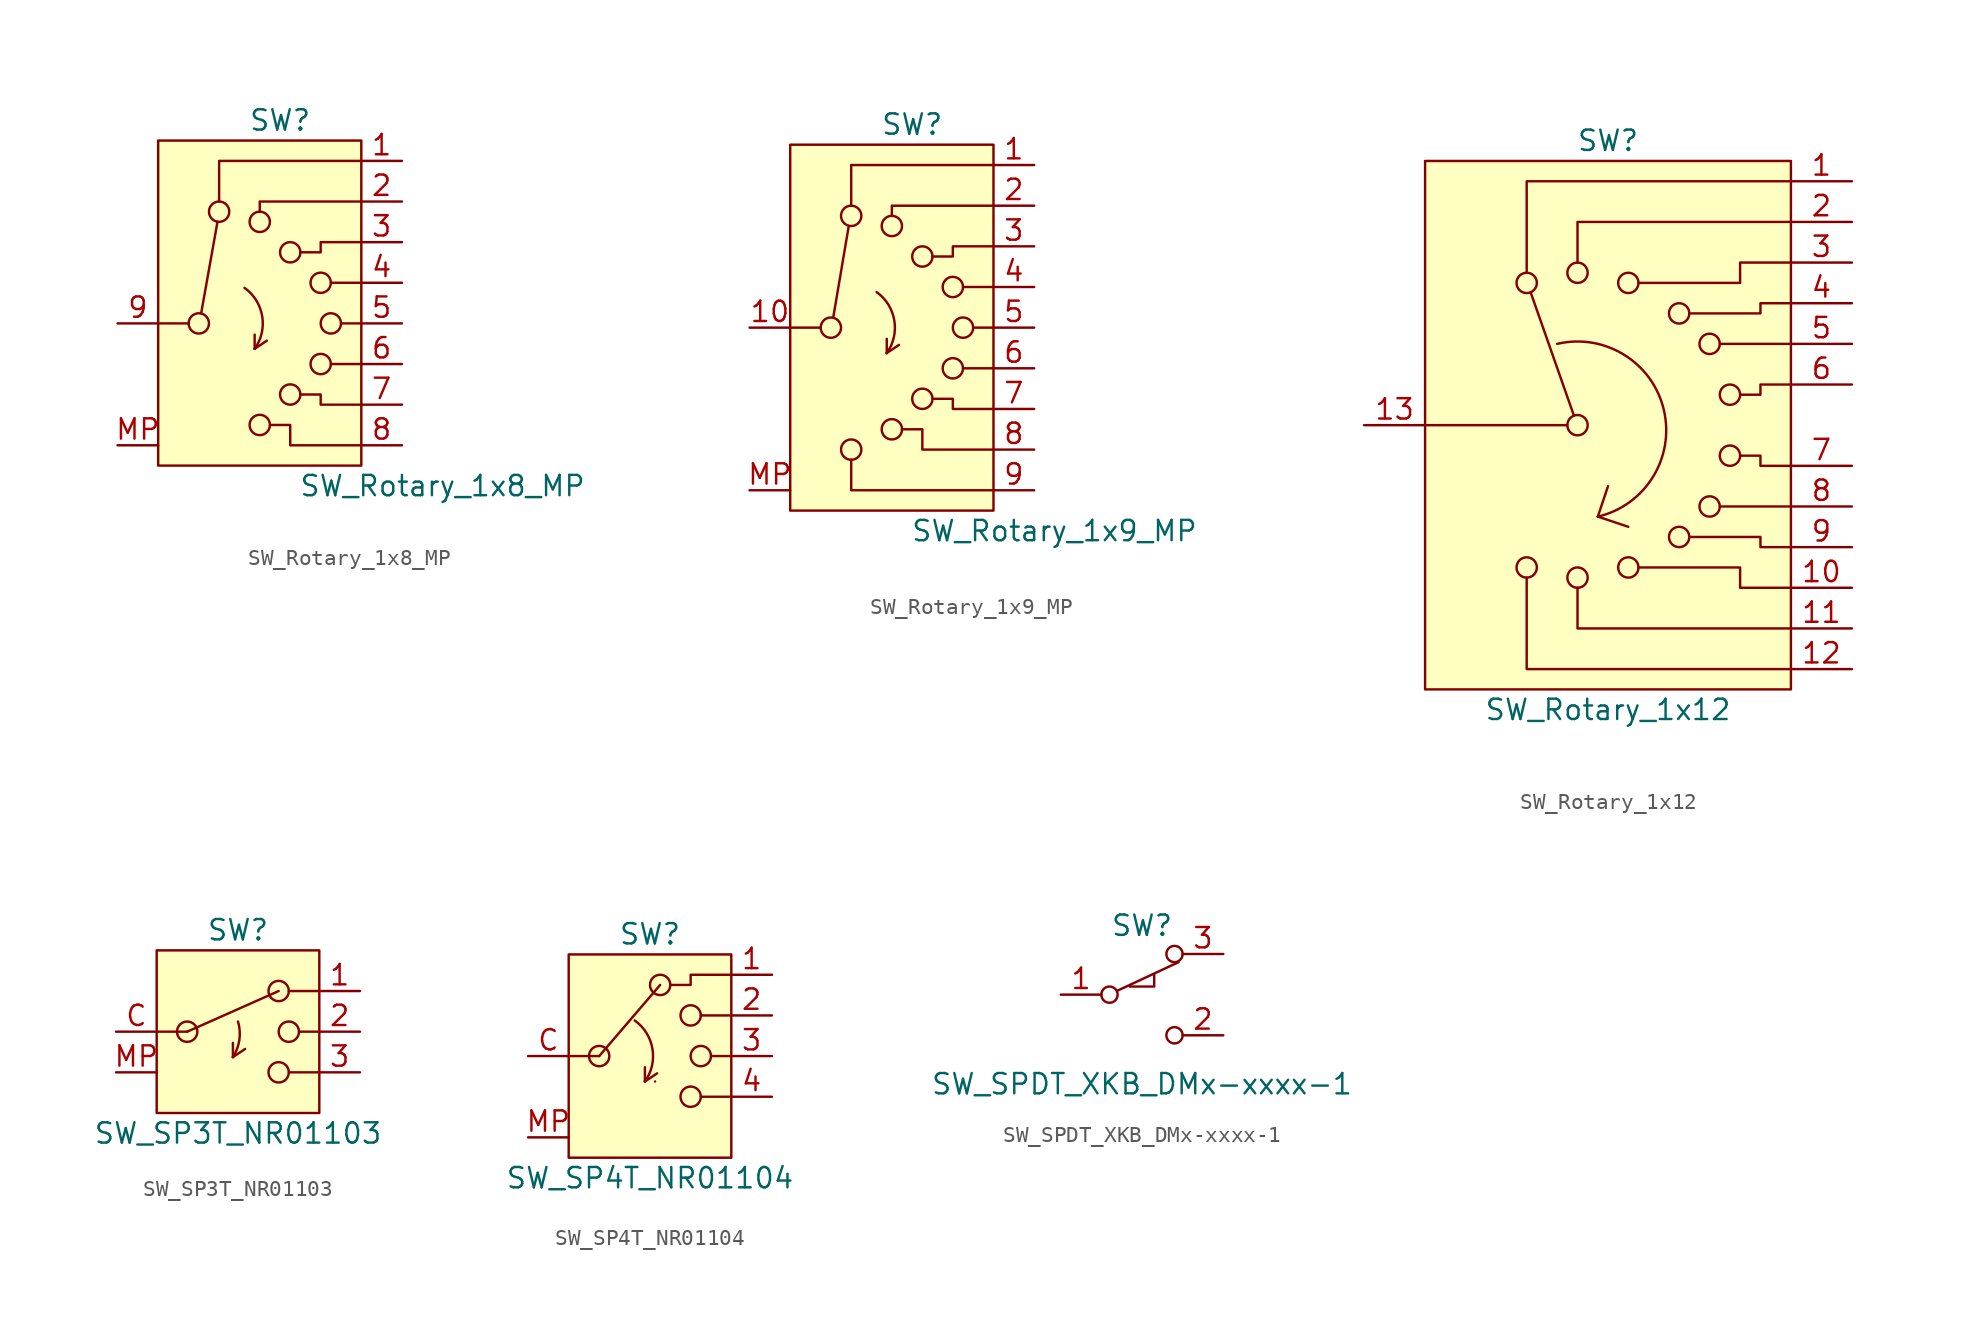
<source format=kicad_sym>
(kicad_symbol_lib
  (version 20241209)
  (generator "kicad_symbol_editor")
  (generator_version "9.0")
  (symbol "SW_Rotary_1x8_MP"
    (pin_names
      (hide yes))
    (property "Reference" "SW"
      (at 0 12.7 0)
      (effects (font (size 1.27 1.27))))
    (property "Value" "SW_Rotary_1x8_MP"
      (at 10.16 -10.16 0)
      (effects (font (size 1.27 1.27))))
    (symbol "SW_Rotary_1x8_MP_0_1"
      (polyline (pts (xy -7.62 0) (xy -5.715 0)) (stroke (width 0) (type default)) (fill (type none)))
      (circle (center -5.08 0) (radius 0.635) (stroke (width 0) (type default)) (fill (type none)))
      (polyline (pts (xy -4.928 0.66) (xy -3.912 6.35)) (stroke (width 0) (type default)) (fill (type none)))
      (circle (center -3.81 6.985) (radius 0.635) (stroke (width 0) (type default)) (fill (type none)))
      (arc (start -2.2226 2.2225) (mid -1.116 0.449) (end -1.5876 -1.5875) (stroke (width 0) (type default)) (fill (type none)))
      (polyline (pts (xy -1.588 -1.587) (xy -1.588 -0.699)) (stroke (width 0) (type default)) (fill (type none)))
      (polyline (pts (xy -1.588 -1.587) (xy -1.588 -1.587)) (stroke (width 0) (type default)) (fill (type none)))
      (polyline (pts (xy -1.588 -1.587) (xy -0.826 -1.079)) (stroke (width 0) (type default)) (fill (type none)))
      (circle (center -1.27 6.35) (radius 0.635) (stroke (width 0) (type default)) (fill (type none)))
      (circle (center -1.27 -6.35) (radius 0.635) (stroke (width 0) (type default)) (fill (type none)))
      (circle (center 0.635 4.445) (radius 0.635) (stroke (width 0) (type default)) (fill (type none)))
      (circle (center 0.635 -4.445) (radius 0.635) (stroke (width 0) (type default)) (fill (type none)))
      (circle (center 2.54 2.54) (radius 0.635) (stroke (width 0) (type default)) (fill (type none)))
      (circle (center 2.54 -2.54) (radius 0.635) (stroke (width 0) (type default)) (fill (type none)))
      (circle (center 3.175 0) (radius 0.635) (stroke (width 0) (type default)) (fill (type none)))
      (polyline (pts (xy 5.08 7.62) (xy -1.27 7.62) (xy -1.27 7.62) (xy -1.27 6.985)) (stroke (width 0) (type default)) (fill (type none)))
      (polyline (pts (xy 5.08 5.08) (xy 2.54 5.08) (xy 2.54 4.445) (xy 1.27 4.445)) (stroke (width 0) (type default)) (fill (type none)))
      (polyline (pts (xy 5.08 2.54) (xy 3.175 2.54)) (stroke (width 0) (type default)) (fill (type none)))
      (polyline (pts (xy 5.08 0) (xy 3.81 0)) (stroke (width 0) (type default)) (fill (type none)))
      (polyline (pts (xy 5.08 -2.54) (xy 3.175 -2.54)) (stroke (width 0) (type default)) (fill (type none)))
      (polyline (pts (xy 5.08 -5.08) (xy 2.54 -5.08) (xy 2.54 -4.445) (xy 1.27 -4.445)) (stroke (width 0) (type default)) (fill (type none)))
      (polyline (pts (xy 5.08 -7.62) (xy 0.635 -7.62) (xy 0.635 -6.35) (xy -0.635 -6.35)) (stroke (width 0) (type default)) (fill (type none))))
    (symbol "SW_Rotary_1x8_MP_1_1"
      (polyline (pts (xy -7.62 11.43) (xy 5.08 11.43) (xy 5.08 -8.89) (xy -7.62 -8.89) (xy -7.62 11.43) (xy -7.62 11.43)) (stroke (width 0) (type default)) (fill (type background)))
      (polyline (pts (xy 5.08 10.16) (xy -3.81 10.16) (xy -3.81 7.62)) (stroke (width 0) (type default)) (fill (type none)))
      (pin passive line (at -10.16 0 0) (length 2.54) (name "" (effects (font (size 1.27 1.27)))) (number "9" (effects (font (size 1.27 1.27)))))
      (pin passive line (at -10.16 -7.62 0) (length 2.54) (name "" (effects (font (size 1.27 1.27)))) (number "MP" (effects (font (size 1.27 1.27)))))
      (pin passive line (at 7.62 10.16 180) (length 2.54) (name "" (effects (font (size 1.27 1.27)))) (number "1" (effects (font (size 1.27 1.27)))))
      (pin passive line (at 7.62 7.62 180) (length 2.54) (name "" (effects (font (size 1.27 1.27)))) (number "2" (effects (font (size 1.27 1.27)))))
      (pin passive line (at 7.62 5.08 180) (length 2.54) (name "" (effects (font (size 1.27 1.27)))) (number "3" (effects (font (size 1.27 1.27)))))
      (pin passive line (at 7.62 2.54 180) (length 2.54) (name "" (effects (font (size 1.27 1.27)))) (number "4" (effects (font (size 1.27 1.27)))))
      (pin passive line (at 7.62 0 180) (length 2.54) (name "" (effects (font (size 1.27 1.27)))) (number "5" (effects (font (size 1.27 1.27)))))
      (pin passive line (at 7.62 -2.54 180) (length 2.54) (name "" (effects (font (size 1.27 1.27)))) (number "6" (effects (font (size 1.27 1.27)))))
      (pin passive line (at 7.62 -5.08 180) (length 2.54) (name "" (effects (font (size 1.27 1.27)))) (number "7" (effects (font (size 1.27 1.27)))))
      (pin passive line (at 7.62 -7.62 180) (length 2.54) (name "" (effects (font (size 1.27 1.27)))) (number "8" (effects (font (size 1.27 1.27)))))))
  (symbol "SW_Rotary_1x9_MP"
    (pin_names
      (hide yes))
    (property "Reference" "SW"
      (at 0 12.7 0)
      (effects (font (size 1.27 1.27))))
    (property "Value" "SW_Rotary_1x9_MP"
      (at 8.89 -12.7 0)
      (effects (font (size 1.27 1.27))))
    (symbol "SW_Rotary_1x9_MP_0_1"
      (polyline (pts (xy -7.62 0) (xy -5.715 0)) (stroke (width 0) (type default)) (fill (type none)))
      (circle (center -5.08 0) (radius 0.635) (stroke (width 0) (type default)) (fill (type none)))
      (polyline (pts (xy -4.928 0.66) (xy -3.962 6.35)) (stroke (width 0) (type default)) (fill (type none)))
      (circle (center -3.81 6.985) (radius 0.635) (stroke (width 0) (type default)) (fill (type none)))
      (arc (start -2.2226 2.2225) (mid -1.116 0.449) (end -1.5876 -1.5875) (stroke (width 0) (type default)) (fill (type none)))
      (circle (center -3.81 -7.62) (radius 0.635) (stroke (width 0) (type default)) (fill (type none)))
      (polyline (pts (xy -1.588 -1.587) (xy -1.588 -0.699)) (stroke (width 0) (type default)) (fill (type none)))
      (polyline (pts (xy -1.588 -1.587) (xy -1.588 -1.587)) (stroke (width 0) (type default)) (fill (type none)))
      (polyline (pts (xy -1.588 -1.587) (xy -0.826 -1.079)) (stroke (width 0) (type default)) (fill (type none)))
      (circle (center -1.27 6.35) (radius 0.635) (stroke (width 0) (type default)) (fill (type none)))
      (circle (center -1.27 -6.35) (radius 0.635) (stroke (width 0) (type default)) (fill (type none)))
      (circle (center 0.635 4.445) (radius 0.635) (stroke (width 0) (type default)) (fill (type none)))
      (circle (center 0.635 -4.445) (radius 0.635) (stroke (width 0) (type default)) (fill (type none)))
      (circle (center 2.54 2.54) (radius 0.635) (stroke (width 0) (type default)) (fill (type none)))
      (circle (center 2.54 -2.54) (radius 0.635) (stroke (width 0) (type default)) (fill (type none)))
      (circle (center 3.175 0) (radius 0.635) (stroke (width 0) (type default)) (fill (type none)))
      (polyline (pts (xy 5.08 7.62) (xy -1.27 7.62) (xy -1.27 7.62) (xy -1.27 6.985)) (stroke (width 0) (type default)) (fill (type none)))
      (polyline (pts (xy 5.08 5.08) (xy 2.54 5.08) (xy 2.54 4.445) (xy 1.27 4.445)) (stroke (width 0) (type default)) (fill (type none)))
      (polyline (pts (xy 5.08 2.54) (xy 3.175 2.54)) (stroke (width 0) (type default)) (fill (type none)))
      (polyline (pts (xy 5.08 0) (xy 3.81 0)) (stroke (width 0) (type default)) (fill (type none)))
      (polyline (pts (xy 5.08 -2.54) (xy 3.175 -2.54)) (stroke (width 0) (type default)) (fill (type none)))
      (polyline (pts (xy 5.08 -5.08) (xy 2.54 -5.08) (xy 2.54 -4.445) (xy 1.27 -4.445)) (stroke (width 0) (type default)) (fill (type none)))
      (polyline (pts (xy 5.08 -7.62) (xy 0.635 -7.62) (xy 0.635 -6.35) (xy -0.635 -6.35)) (stroke (width 0) (type default)) (fill (type none))))
    (symbol "SW_Rotary_1x9_MP_1_1"
      (polyline (pts (xy -7.62 11.43) (xy 5.08 11.43) (xy 5.08 -11.43) (xy -7.62 -11.43) (xy -7.62 11.43) (xy -7.62 11.43)) (stroke (width 0) (type default)) (fill (type background)))
      (polyline (pts (xy 5.08 10.16) (xy -3.81 10.16) (xy -3.81 7.62)) (stroke (width 0) (type default)) (fill (type none)))
      (polyline (pts (xy 5.08 -10.16) (xy -3.81 -10.16) (xy -3.81 -8.255)) (stroke (width 0) (type default)) (fill (type none)))
      (pin passive line (at -10.16 0 0) (length 2.54) (name "" (effects (font (size 1.27 1.27)))) (number "10" (effects (font (size 1.27 1.27)))))
      (pin passive line (at -10.16 -10.16 0) (length 2.54) (name "" (effects (font (size 1.27 1.27)))) (number "MP" (effects (font (size 1.27 1.27)))))
      (pin passive line (at 7.62 10.16 180) (length 2.54) (name "" (effects (font (size 1.27 1.27)))) (number "1" (effects (font (size 1.27 1.27)))))
      (pin passive line (at 7.62 7.62 180) (length 2.54) (name "" (effects (font (size 1.27 1.27)))) (number "2" (effects (font (size 1.27 1.27)))))
      (pin passive line (at 7.62 5.08 180) (length 2.54) (name "" (effects (font (size 1.27 1.27)))) (number "3" (effects (font (size 1.27 1.27)))))
      (pin passive line (at 7.62 2.54 180) (length 2.54) (name "" (effects (font (size 1.27 1.27)))) (number "4" (effects (font (size 1.27 1.27)))))
      (pin passive line (at 7.62 0 180) (length 2.54) (name "" (effects (font (size 1.27 1.27)))) (number "5" (effects (font (size 1.27 1.27)))))
      (pin passive line (at 7.62 -2.54 180) (length 2.54) (name "" (effects (font (size 1.27 1.27)))) (number "6" (effects (font (size 1.27 1.27)))))
      (pin passive line (at 7.62 -5.08 180) (length 2.54) (name "" (effects (font (size 1.27 1.27)))) (number "7" (effects (font (size 1.27 1.27)))))
      (pin passive line (at 7.62 -7.62 180) (length 2.54) (name "" (effects (font (size 1.27 1.27)))) (number "8" (effects (font (size 1.27 1.27)))))
      (pin passive line (at 7.62 -10.16 180) (length 2.54) (name "" (effects (font (size 1.27 1.27)))) (number "9" (effects (font (size 1.27 1.27)))))))
  (symbol "SW_Rotary_1x12"
    (pin_names
      (offset 1.016)
      (hide yes))
    (property "Reference" "SW"
      (at 0 17.78 0)
      (effects (font (size 1.27 1.27))))
    (property "Value" "SW_Rotary_1x12"
      (at 0 -17.78 0)
      (effects (font (size 1.27 1.27))))
    (symbol "SW_Rotary_1x12_0_0"
      (polyline (pts (xy -5.08 9.525) (xy -5.08 15.24) (xy 11.43 15.24)) (stroke (width 0) (type default)) (fill (type none)))
      (circle (center -5.08 8.89) (radius 0.635) (stroke (width 0) (type default)) (fill (type none)))
      (circle (center -5.08 -8.89) (radius 0.635) (stroke (width 0) (type default)) (fill (type none)))
      (polyline (pts (xy -5.08 -9.525) (xy -5.08 -15.24) (xy 11.43 -15.24)) (stroke (width 0) (type default)) (fill (type none)))
      (polyline (pts (xy -2.134 0.61) (xy -4.826 8.28)) (stroke (width 0) (type default)) (fill (type none)))
      (arc (start -3.175 5.08) (mid 3.4777 0.949) (end -0.635 -5.715) (stroke (width 0) (type default)) (fill (type none)))
      (polyline (pts (xy -1.905 10.16) (xy -1.905 12.7) (xy 11.43 12.7)) (stroke (width 0) (type default)) (fill (type none)))
      (circle (center -1.905 9.525) (radius 0.635) (stroke (width 0) (type default)) (fill (type none)))
      (circle (center -1.905 0) (radius 0.635) (stroke (width 0) (type default)) (fill (type none)))
      (circle (center -1.905 -9.525) (radius 0.635) (stroke (width 0) (type default)) (fill (type none)))
      (polyline (pts (xy -1.905 -10.16) (xy -1.905 -12.7) (xy 11.43 -12.7)) (stroke (width 0) (type default)) (fill (type none)))
      (polyline (pts (xy -0.635 -5.715) (xy 0 -3.81)) (stroke (width 0) (type default)) (fill (type none)))
      (polyline (pts (xy -0.635 -5.715) (xy 1.27 -6.35)) (stroke (width 0) (type default)) (fill (type none)))
      (circle (center 1.27 8.89) (radius 0.635) (stroke (width 0) (type default)) (fill (type none)))
      (circle (center 1.27 -8.89) (radius 0.635) (stroke (width 0) (type default)) (fill (type none)))
      (polyline (pts (xy 1.905 8.89) (xy 8.255 8.89) (xy 8.255 10.16) (xy 11.43 10.16)) (stroke (width 0) (type default)) (fill (type none)))
      (polyline (pts (xy 1.905 -8.89) (xy 8.255 -8.89) (xy 8.255 -10.16) (xy 11.43 -10.16)) (stroke (width 0) (type default)) (fill (type none)))
      (circle (center 4.445 6.985) (radius 0.635) (stroke (width 0) (type default)) (fill (type none)))
      (circle (center 4.445 -6.985) (radius 0.635) (stroke (width 0) (type default)) (fill (type none)))
      (polyline (pts (xy 5.08 6.985) (xy 9.525 6.985) (xy 9.525 7.62) (xy 11.43 7.62)) (stroke (width 0) (type default)) (fill (type none)))
      (polyline (pts (xy 5.08 -6.985) (xy 9.525 -6.985) (xy 9.525 -7.62) (xy 11.43 -7.62)) (stroke (width 0) (type default)) (fill (type none)))
      (circle (center 6.35 5.08) (radius 0.635) (stroke (width 0) (type default)) (fill (type none)))
      (circle (center 6.35 -5.08) (radius 0.635) (stroke (width 0) (type default)) (fill (type none)))
      (polyline (pts (xy 6.985 5.08) (xy 11.43 5.08)) (stroke (width 0) (type default)) (fill (type none)))
      (polyline (pts (xy 6.985 -5.08) (xy 11.43 -5.08)) (stroke (width 0) (type default)) (fill (type none)))
      (circle (center 7.62 1.905) (radius 0.635) (stroke (width 0) (type default)) (fill (type none)))
      (circle (center 7.62 -1.905) (radius 0.635) (stroke (width 0) (type default)) (fill (type none)))
      (polyline (pts (xy 8.255 1.905) (xy 9.525 1.905) (xy 9.525 2.54) (xy 11.43 2.54)) (stroke (width 0) (type default)) (fill (type none)))
      (polyline (pts (xy 8.255 -1.905) (xy 9.525 -1.905) (xy 9.525 -2.54) (xy 11.43 -2.54)) (stroke (width 0) (type default)) (fill (type none))))
    (symbol "SW_Rotary_1x12_1_1"
      (rectangle (start -11.43 16.51) (end 11.43 -16.51) (stroke (width 0) (type default)) (fill (type background)))
      (polyline (pts (xy -11.43 0) (xy -2.54 0)) (stroke (width 0) (type default)) (fill (type none)))
      (pin passive line (at -15.24 0 0) (length 3.81) (name "13" (effects (font (size 1.27 1.27)))) (number "13" (effects (font (size 1.27 1.27)))))
      (pin passive line (at 15.24 15.24 180) (length 3.81) (name "1" (effects (font (size 1.27 1.27)))) (number "1" (effects (font (size 1.27 1.27)))))
      (pin passive line (at 15.24 12.7 180) (length 3.81) (name "2" (effects (font (size 1.27 1.27)))) (number "2" (effects (font (size 1.27 1.27)))))
      (pin passive line (at 15.24 10.16 180) (length 3.81) (name "3" (effects (font (size 1.27 1.27)))) (number "3" (effects (font (size 1.27 1.27)))))
      (pin passive line (at 15.24 7.62 180) (length 3.81) (name "4" (effects (font (size 1.27 1.27)))) (number "4" (effects (font (size 1.27 1.27)))))
      (pin passive line (at 15.24 5.08 180) (length 3.81) (name "5" (effects (font (size 1.27 1.27)))) (number "5" (effects (font (size 1.27 1.27)))))
      (pin passive line (at 15.24 2.54 180) (length 3.81) (name "6" (effects (font (size 1.27 1.27)))) (number "6" (effects (font (size 1.27 1.27)))))
      (pin passive line (at 15.24 -2.54 180) (length 3.81) (name "7" (effects (font (size 1.27 1.27)))) (number "7" (effects (font (size 1.27 1.27)))))
      (pin passive line (at 15.24 -5.08 180) (length 3.81) (name "8" (effects (font (size 1.27 1.27)))) (number "8" (effects (font (size 1.27 1.27)))))
      (pin passive line (at 15.24 -7.62 180) (length 3.81) (name "9" (effects (font (size 1.27 1.27)))) (number "9" (effects (font (size 1.27 1.27)))))
      (pin passive line (at 15.24 -10.16 180) (length 3.81) (name "10" (effects (font (size 1.27 1.27)))) (number "10" (effects (font (size 1.27 1.27)))))
      (pin passive line (at 15.24 -12.7 180) (length 3.81) (name "11" (effects (font (size 1.27 1.27)))) (number "11" (effects (font (size 1.27 1.27)))))
      (pin passive line (at 15.24 -15.24 180) (length 3.81) (name "12" (effects (font (size 1.27 1.27)))) (number "12" (effects (font (size 1.27 1.27)))))))
  (symbol "SW_SP3T_NR01103"
    (pin_names
      (hide yes))
    (property "Reference" "SW"
      (at 0 6.35 0)
      (effects (font (size 1.27 1.27))))
    (property "Value" "SW_SP3T_NR01103"
      (at 0 -6.35 0)
      (effects (font (size 1.27 1.27))))
    (symbol "SW_SP3T_NR01103_0_1"
      (polyline (pts (xy -5.08 0) (xy -3.175 0)) (stroke (width 0) (type default)) (fill (type none)))
      (circle (center -3.175 0) (radius 0.635) (stroke (width 0) (type default)) (fill (type none)))
      (polyline (pts (xy -3.175 0) (xy 2.54 2.54)) (stroke (width 0) (type default)) (fill (type none)))
      (arc (start 0 0.635) (mid 0.0861 -0.5113) (end -0.3176 -1.5875) (stroke (width 0) (type default)) (fill (type none)))
      (polyline (pts (xy -0.318 -1.587) (xy -0.318 -0.699)) (stroke (width 0) (type default)) (fill (type none)))
      (polyline (pts (xy -0.318 -1.587) (xy -0.318 -1.587)) (stroke (width 0) (type default)) (fill (type none)))
      (polyline (pts (xy -0.318 -1.587) (xy 0.444 -1.079)) (stroke (width 0) (type default)) (fill (type none)))
      (circle (center 2.54 2.54) (radius 0.635) (stroke (width 0) (type default)) (fill (type none)))
      (circle (center 2.54 -2.54) (radius 0.635) (stroke (width 0) (type default)) (fill (type none)))
      (circle (center 3.175 0) (radius 0.635) (stroke (width 0) (type default)) (fill (type none)))
      (polyline (pts (xy 5.08 2.54) (xy 3.175 2.54)) (stroke (width 0) (type default)) (fill (type none)))
      (polyline (pts (xy 5.08 0) (xy 3.81 0)) (stroke (width 0) (type default)) (fill (type none)))
      (polyline (pts (xy 5.08 -2.54) (xy 3.175 -2.54)) (stroke (width 0) (type default)) (fill (type none))))
    (symbol "SW_SP3T_NR01103_1_1"
      (rectangle (start -5.08 5.08) (end 5.08 -5.08) (stroke (width 0) (type default)) (fill (type background)))
      (pin passive line (at -7.62 0 0) (length 2.54) (name "Common" (effects (font (size 1.27 1.27)))) (number "C" (effects (font (size 1.27 1.27)))))
      (pin passive line (at -7.62 -2.54 0) (length 2.54) (name "MP" (effects (font (size 1.27 1.27)))) (number "MP" (effects (font (size 1.27 1.27)))))
      (pin no_connect line (at -2.54 5.08 270) (length 0) (hide yes) (name "" (effects (font (size 1.27 1.27)))) (number "4" (effects (font (size 1.27 1.27)))))
      (pin no_connect line (at 2.54 5.08 270) (length 0) (hide yes) (name "" (effects (font (size 1.27 1.27)))) (number "5" (effects (font (size 1.27 1.27)))))
      (pin passive line (at 7.62 2.54 180) (length 2.54) (name "1" (effects (font (size 1.27 1.27)))) (number "1" (effects (font (size 1.27 1.27)))))
      (pin passive line (at 7.62 0 180) (length 2.54) (name "2" (effects (font (size 1.27 1.27)))) (number "2" (effects (font (size 1.27 1.27)))))
      (pin passive line (at 7.62 -2.54 180) (length 2.54) (name "3" (effects (font (size 1.27 1.27)))) (number "3" (effects (font (size 1.27 1.27)))))))
  (symbol "SW_SP4T_NR01104"
    (pin_names
      (hide yes))
    (property "Reference" "SW"
      (at 0 7.62 0)
      (effects (font (size 1.27 1.27))))
    (property "Value" "SW_SP4T_NR01104"
      (at 0 -7.62 0)
      (effects (font (size 1.27 1.27))))
    (symbol "SW_SP4T_NR01104_0_1"
      (polyline (pts (xy -5.08 0) (xy -3.175 0)) (stroke (width 0) (type default)) (fill (type none)))
      (circle (center -3.175 0) (radius 0.635) (stroke (width 0) (type default)) (fill (type none)))
      (polyline (pts (xy -3.175 0) (xy 0.635 4.445)) (stroke (width 0) (type default)) (fill (type none)))
      (arc (start -0.9526 2.2225) (mid 0.154 0.449) (end -0.3176 -1.5875) (stroke (width 0) (type default)) (fill (type none)))
      (polyline (pts (xy -0.318 -1.587) (xy -0.318 -0.699)) (stroke (width 0) (type default)) (fill (type none)))
      (polyline (pts (xy -0.318 -1.587) (xy -0.318 -1.587)) (stroke (width 0) (type default)) (fill (type none)))
      (polyline (pts (xy -0.318 -1.587) (xy 0.444 -1.079)) (stroke (width 0) (type default)) (fill (type none)))
      (polyline (pts (xy 0.317 -1.587) (xy 0.317 -1.587)) (stroke (width 0) (type default)) (fill (type none)))
      (circle (center 0.635 4.445) (radius 0.635) (stroke (width 0) (type default)) (fill (type none)))
      (circle (center 2.54 2.54) (radius 0.635) (stroke (width 0) (type default)) (fill (type none)))
      (circle (center 2.54 -2.54) (radius 0.635) (stroke (width 0) (type default)) (fill (type none)))
      (circle (center 3.175 0) (radius 0.635) (stroke (width 0) (type default)) (fill (type none)))
      (polyline (pts (xy 5.08 5.08) (xy 2.54 5.08) (xy 2.54 4.445) (xy 1.27 4.445)) (stroke (width 0) (type default)) (fill (type none)))
      (polyline (pts (xy 5.08 2.54) (xy 3.175 2.54)) (stroke (width 0) (type default)) (fill (type none)))
      (polyline (pts (xy 5.08 0) (xy 3.81 0)) (stroke (width 0) (type default)) (fill (type none)))
      (polyline (pts (xy 5.08 -2.54) (xy 3.175 -2.54)) (stroke (width 0) (type default)) (fill (type none))))
    (symbol "SW_SP4T_NR01104_1_1"
      (polyline (pts (xy -5.08 6.35) (xy 5.08 6.35) (xy 5.08 -6.35) (xy -5.08 -6.35) (xy -5.08 6.35) (xy -5.08 6.35)) (stroke (width 0) (type default)) (fill (type background)))
      (pin passive line (at -7.62 0 0) (length 2.54) (name "Common" (effects (font (size 1.27 1.27)))) (number "C" (effects (font (size 1.27 1.27)))))
      (pin passive line (at -7.62 -5.08 0) (length 2.54) (name "MP" (effects (font (size 1.27 1.27)))) (number "MP" (effects (font (size 1.27 1.27)))))
      (pin no_connect line (at 5.08 -5.08 180) (length 0) (hide yes) (name "" (effects (font (size 1.27 1.27)))) (number "5" (effects (font (size 1.27 1.27)))))
      (pin passive line (at 7.62 5.08 180) (length 2.54) (name "1" (effects (font (size 1.27 1.27)))) (number "1" (effects (font (size 1.27 1.27)))))
      (pin passive line (at 7.62 2.54 180) (length 2.54) (name "2" (effects (font (size 1.27 1.27)))) (number "2" (effects (font (size 1.27 1.27)))))
      (pin passive line (at 7.62 0 180) (length 2.54) (name "3" (effects (font (size 1.27 1.27)))) (number "3" (effects (font (size 1.27 1.27)))))
      (pin passive line (at 7.62 -2.54 180) (length 2.54) (name "4" (effects (font (size 1.27 1.27)))) (number "4" (effects (font (size 1.27 1.27)))))))
  (symbol "SW_SPDT_XKB_DMx-xxxx-1"
    (pin_names
      (offset 0)
      (hide yes))
    (property "Reference" "SW"
      (at 0 4.318 0)
      (effects (font (size 1.27 1.27))))
    (property "Value" "SW_SPDT_XKB_DMx-xxxx-1"
      (at 0 -5.588 0)
      (effects (font (size 1.27 1.27))))
    (symbol "SW_SPDT_XKB_DMx-xxxx-1_1_1"
      (circle (center -2.032 0) (radius 0.508) (stroke (width 0) (type default)) (fill (type none)))
      (polyline (pts (xy -1.524 0.254) (xy 2.286 2.032)) (stroke (width 0) (type default)) (fill (type none)))
      (polyline (pts (xy -0.762 0.508) (xy 0.762 0.508) (xy 0.762 1.27)) (stroke (width 0) (type default)) (fill (type none)))
      (circle (center 2.032 2.54) (radius 0.508) (stroke (width 0) (type default)) (fill (type none)))
      (circle (center 2.032 -2.54) (radius 0.508) (stroke (width 0) (type default)) (fill (type none)))
      (pin passive line (at -5.08 0 0) (length 2.54) (name "A" (effects (font (size 1.27 1.27)))) (number "1" (effects (font (size 1.27 1.27)))))
      (pin passive line (at 5.08 2.54 180) (length 2.54) (name "C" (effects (font (size 1.27 1.27)))) (number "3" (effects (font (size 1.27 1.27)))))
      (pin passive line (at 5.08 -2.54 180) (length 2.54) (name "B" (effects (font (size 1.27 1.27)))) (number "2" (effects (font (size 1.27 1.27))))))))
</source>
